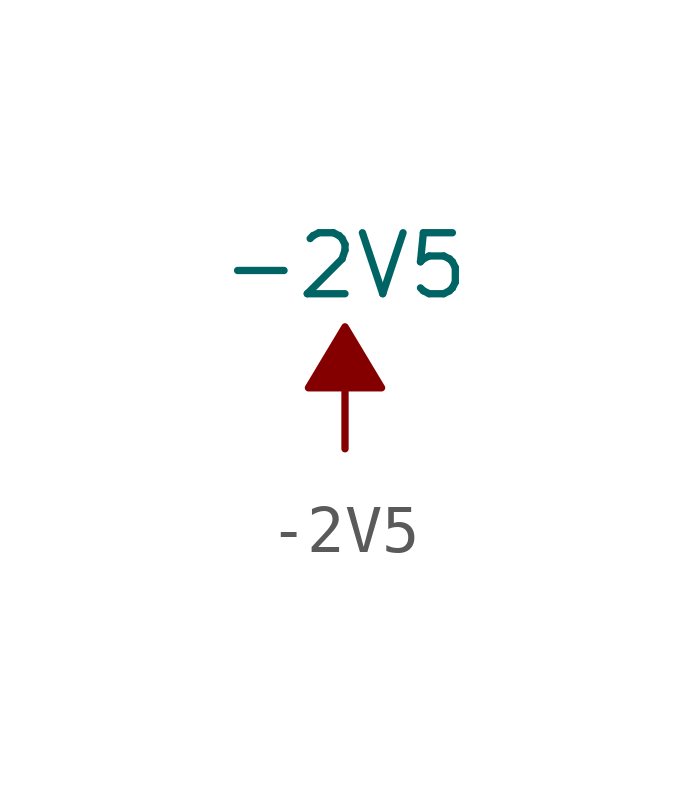
<source format=kicad_sym>
(kicad_symbol_lib
  (version 20211014)
  (generator kicad_symbol_editor)
  (symbol "power1:-2V5"
    (power)
    (pin_names
      (offset 0))
    (property "Reference" "#PWR"
      (at 0 2.54 0)
      (effects (font (size 1.27 1.27)) hide))
    (property "Value" "-2V5"
      (at 0 3.81 0)
      (effects (font (size 1.27 1.27))))
    (symbol "-2V5_0_0"
      (pin power_in line (at 0 0 90) (length 0) hide (name "-2V5" (effects (font (size 1.27 1.27)))) (number "1" (effects (font (size 1.27 1.27))))))
    (symbol "-2V5_0_1"
      (polyline (pts (xy 0 0) (xy 0 1.27) (xy 0.762 1.27) (xy 0 2.54) (xy -0.762 1.27) (xy 0 1.27)) (stroke (width 0) (type default) (color 0 0 0 0)) (fill (type outline))))))
</source>
